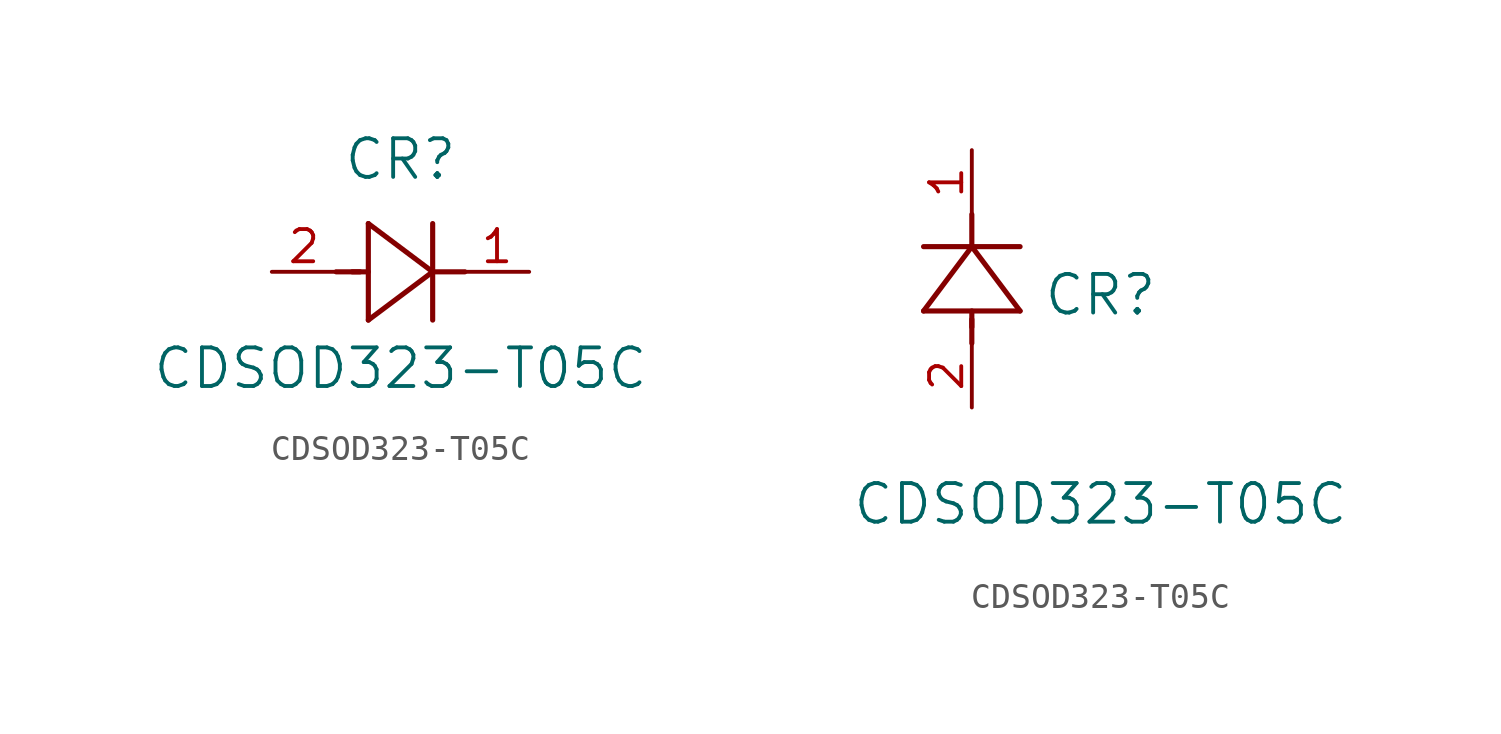
<source format=kicad_sym>
(kicad_symbol_lib
  (version 20211014)
  (generator kicad_symbol_editor)
  (symbol "CDSOD323-T05C"
    (pin_names
      (offset 0.254))
    (property "Reference" "CR"
      (at 5.08 4.445 0)
      (effects (font (size 1.524 1.524))))
    (property "Value" "CDSOD323-T05C"
      (at 5.08 -3.81 0)
      (effects (font (size 1.524 1.524))))
    (symbol "CDSOD323-T05C_1_1"
      (polyline (pts (xy 2.54 0) (xy 3.48 0)) (stroke (width 0.203) (type default) (color 0 0 0 0)) (fill (type none)))
      (polyline (pts (xy 3.81 1.905) (xy 3.81 -1.905)) (stroke (width 0.203) (type default) (color 0 0 0 0)) (fill (type none)))
      (polyline (pts (xy 3.175 0) (xy 3.81 0)) (stroke (width 0.203) (type default) (color 0 0 0 0)) (fill (type none)))
      (polyline (pts (xy 6.35 -1.905) (xy 6.35 1.905)) (stroke (width 0.203) (type default) (color 0 0 0 0)) (fill (type none)))
      (polyline (pts (xy 6.35 0) (xy 7.62 0)) (stroke (width 0.203) (type default) (color 0 0 0 0)) (fill (type none)))
      (polyline (pts (xy 6.35 0) (xy 3.81 1.905)) (stroke (width 0.203) (type default) (color 0 0 0 0)) (fill (type none)))
      (polyline (pts (xy 3.81 -1.905) (xy 6.35 0)) (stroke (width 0.203) (type default) (color 0 0 0 0)) (fill (type none)))
      (pin unspecified line (at 0 0 0) (length 2.54) (name "" (effects (font (size 1.27 1.27)))) (number "2" (effects (font (size 1.27 1.27)))))
      (pin unspecified line (at 10.16 0 180) (length 2.54) (name "" (effects (font (size 1.27 1.27)))) (number "1" (effects (font (size 1.27 1.27))))))
    (symbol "CDSOD323-T05C_1_2"
      (polyline (pts (xy 0 2.54) (xy 0 3.48)) (stroke (width 0.203) (type default) (color 0 0 0 0)) (fill (type none)))
      (polyline (pts (xy -1.905 3.81) (xy 1.905 3.81)) (stroke (width 0.203) (type default) (color 0 0 0 0)) (fill (type none)))
      (polyline (pts (xy 0 3.175) (xy 0 3.81)) (stroke (width 0.203) (type default) (color 0 0 0 0)) (fill (type none)))
      (polyline (pts (xy 1.905 6.35) (xy -1.905 6.35)) (stroke (width 0.203) (type default) (color 0 0 0 0)) (fill (type none)))
      (polyline (pts (xy 0 6.35) (xy 0 7.62)) (stroke (width 0.203) (type default) (color 0 0 0 0)) (fill (type none)))
      (polyline (pts (xy 0 6.35) (xy -1.905 3.81)) (stroke (width 0.203) (type default) (color 0 0 0 0)) (fill (type none)))
      (polyline (pts (xy 1.905 3.81) (xy 0 6.35)) (stroke (width 0.203) (type default) (color 0 0 0 0)) (fill (type none)))
      (pin unspecified line (at 0 0 90) (length 2.54) (name "" (effects (font (size 1.27 1.27)))) (number "2" (effects (font (size 1.27 1.27)))))
      (pin unspecified line (at 0 10.16 270) (length 2.54) (name "" (effects (font (size 1.27 1.27)))) (number "1" (effects (font (size 1.27 1.27))))))))
</source>
